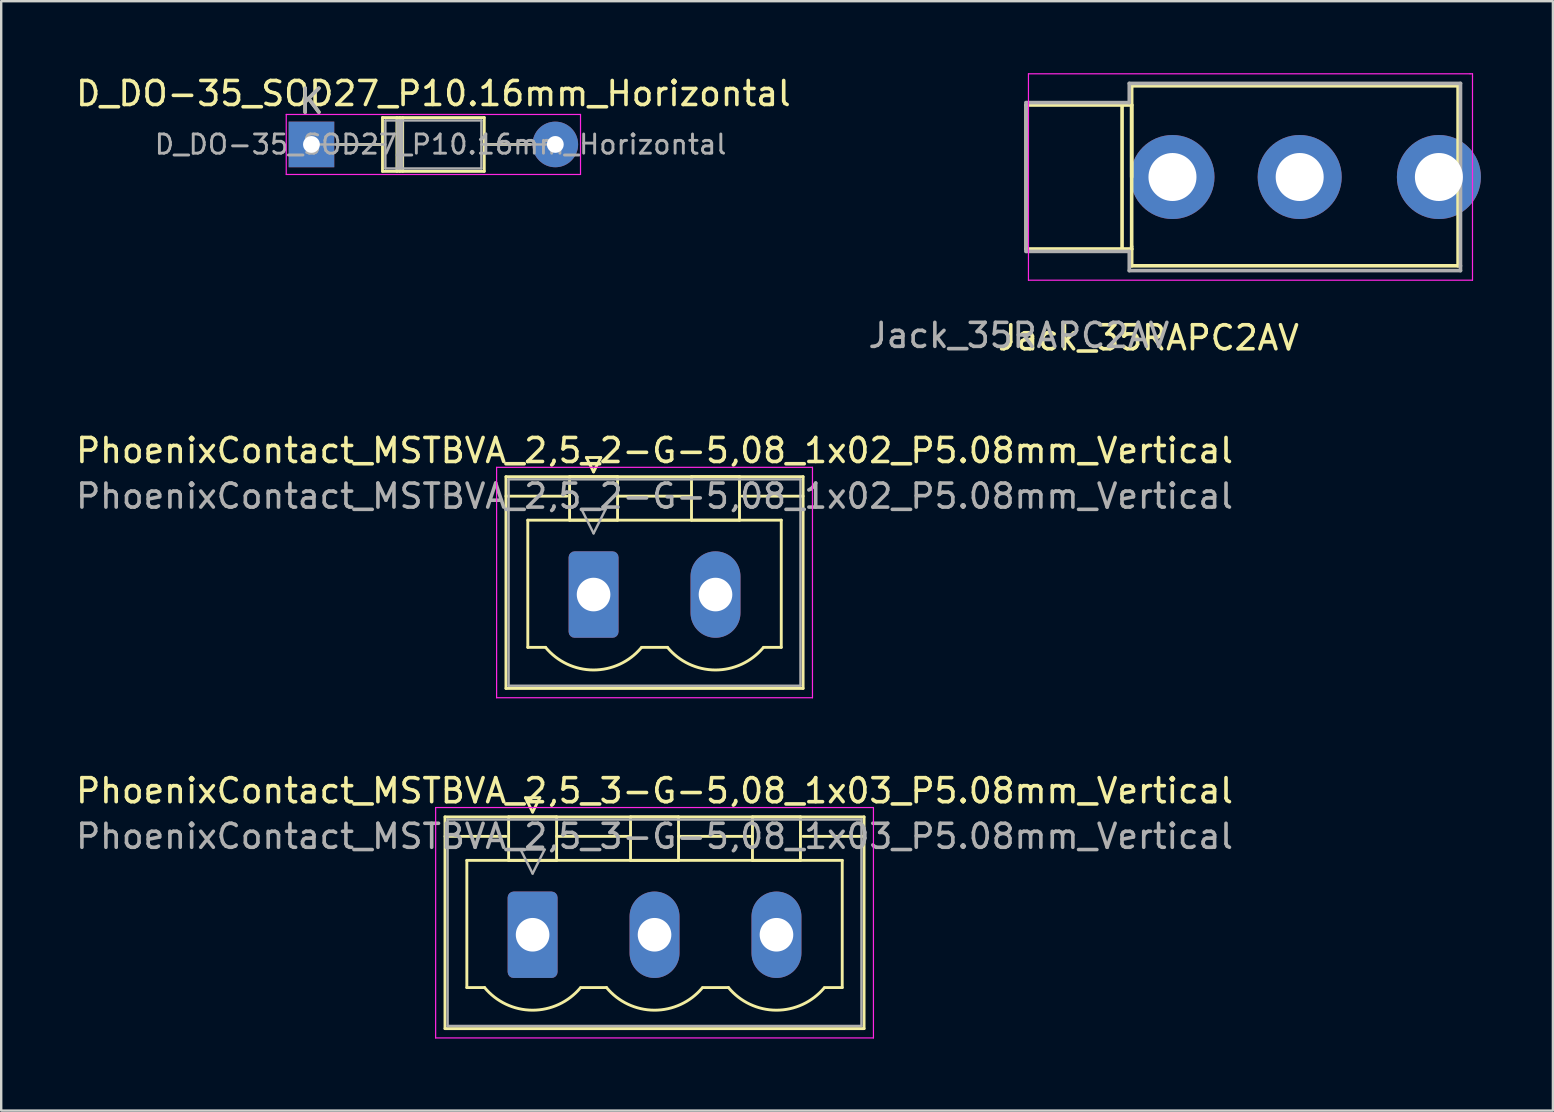
<source format=kicad_pcb>
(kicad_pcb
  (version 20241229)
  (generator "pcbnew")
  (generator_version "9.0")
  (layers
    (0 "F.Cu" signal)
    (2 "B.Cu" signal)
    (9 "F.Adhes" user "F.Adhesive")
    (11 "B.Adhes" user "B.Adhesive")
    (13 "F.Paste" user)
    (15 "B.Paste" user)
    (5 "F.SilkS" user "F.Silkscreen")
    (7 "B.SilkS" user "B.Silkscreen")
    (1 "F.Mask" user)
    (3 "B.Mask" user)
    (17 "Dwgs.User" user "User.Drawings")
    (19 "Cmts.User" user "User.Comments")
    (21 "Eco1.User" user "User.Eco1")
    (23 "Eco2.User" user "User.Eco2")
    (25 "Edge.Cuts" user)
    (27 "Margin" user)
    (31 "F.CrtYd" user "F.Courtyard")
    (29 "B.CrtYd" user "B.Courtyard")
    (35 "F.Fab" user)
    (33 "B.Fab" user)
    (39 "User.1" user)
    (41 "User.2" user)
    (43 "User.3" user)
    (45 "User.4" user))
  (footprint "PhoenixContact_MSTBVA_2,5_3-G-5,08_1x03_P5.08mm_Vertical"
    (layer "F.Cu")
    (at 19.14 35.895)
    (property "Reference" "PhoenixContact_MSTBVA_2,5_3-G-5,08_1x03_P5.08mm_Vertical" (at 5.08 -6 0) (layer "F.SilkS") (effects (font (size 1 1) (thickness 0.15))))
    (attr through_hole)
    (fp_line (start -3.65 -4.91) (end -3.65 3.91) (stroke (width 0.12) (type solid)) (layer "F.SilkS"))
    (fp_line (start -3.65 -4.1) (end -1.11 -4.1) (stroke (width 0.12) (type solid)) (layer "F.SilkS"))
    (fp_line (start -3.65 3.91) (end 13.81 3.91) (stroke (width 0.12) (type solid)) (layer "F.SilkS"))
    (fp_line (start -2.74 -3.1) (end 12.9 -3.1) (stroke (width 0.12) (type solid)) (layer "F.SilkS"))
    (fp_line (start -2.74 2.2) (end -2.74 -3.1) (stroke (width 0.12) (type solid)) (layer "F.SilkS"))
    (fp_line (start -2 2.2) (end -2.74 2.2) (stroke (width 0.12) (type solid)) (layer "F.SilkS"))
    (fp_line (start -1 -4.91) (end 1 -4.91) (stroke (width 0.12) (type solid)) (layer "F.SilkS"))
    (fp_line (start -1 -3.1) (end -1 -4.91) (stroke (width 0.12) (type solid)) (layer "F.SilkS"))
    (fp_line (start -0.3 -5.71) (end 0.3 -5.71) (stroke (width 0.12) (type solid)) (layer "F.SilkS"))
    (fp_line (start 0 -5.11) (end -0.3 -5.71) (stroke (width 0.12) (type solid)) (layer "F.SilkS"))
    (fp_line (start 0.3 -5.71) (end 0 -5.11) (stroke (width 0.12) (type solid)) (layer "F.SilkS"))
    (fp_line (start 1 -4.91) (end 1 -3.1) (stroke (width 0.12) (type solid)) (layer "F.SilkS"))
    (fp_line (start 1 -4.1) (end 4.08 -4.1) (stroke (width 0.12) (type solid)) (layer "F.SilkS"))
    (fp_line (start 1 -3.1) (end -1 -3.1) (stroke (width 0.12) (type solid)) (layer "F.SilkS"))
    (fp_line (start 2 2.2) (end 3.08 2.2) (stroke (width 0.12) (type solid)) (layer "F.SilkS"))
    (fp_line (start 4.08 -4.91) (end 6.08 -4.91) (stroke (width 0.12) (type solid)) (layer "F.SilkS"))
    (fp_line (start 4.08 -3.1) (end 4.08 -4.91) (stroke (width 0.12) (type solid)) (layer "F.SilkS"))
    (fp_line (start 6.08 -4.91) (end 6.08 -3.1) (stroke (width 0.12) (type solid)) (layer "F.SilkS"))
    (fp_line (start 6.08 -4.1) (end 9.16 -4.1) (stroke (width 0.12) (type solid)) (layer "F.SilkS"))
    (fp_line (start 6.08 -3.1) (end 4.08 -3.1) (stroke (width 0.12) (type solid)) (layer "F.SilkS"))
    (fp_line (start 7.08 2.2) (end 8.16 2.2) (stroke (width 0.12) (type solid)) (layer "F.SilkS"))
    (fp_line (start 9.16 -4.91) (end 11.16 -4.91) (stroke (width 0.12) (type solid)) (layer "F.SilkS"))
    (fp_line (start 9.16 -3.1) (end 9.16 -4.91) (stroke (width 0.12) (type solid)) (layer "F.SilkS"))
    (fp_line (start 11.16 -4.91) (end 11.16 -3.1) (stroke (width 0.12) (type solid)) (layer "F.SilkS"))
    (fp_line (start 11.16 -3.1) (end 9.16 -3.1) (stroke (width 0.12) (type solid)) (layer "F.SilkS"))
    (fp_line (start 12.9 -3.1) (end 12.9 2.2) (stroke (width 0.12) (type solid)) (layer "F.SilkS"))
    (fp_line (start 12.9 2.2) (end 12.16 2.2) (stroke (width 0.12) (type solid)) (layer "F.SilkS"))
    (fp_line (start 13.81 -4.91) (end -3.65 -4.91) (stroke (width 0.12) (type solid)) (layer "F.SilkS"))
    (fp_line (start 13.81 -4.1) (end 11.27 -4.1) (stroke (width 0.12) (type solid)) (layer "F.SilkS"))
    (fp_line (start 13.81 3.91) (end 13.81 -4.91) (stroke (width 0.12) (type solid)) (layer "F.SilkS"))
    (fp_arc (start 1.986842 2.215821) (mid -0.010289 3.142758) (end -2 2.2) (stroke (width 0.12) (type solid)) (layer "F.SilkS"))
    (fp_arc (start 7.066842 2.215821) (mid 5.069711 3.142758) (end 3.08 2.2) (stroke (width 0.12) (type solid)) (layer "F.SilkS"))
    (fp_arc (start 12.146842 2.215821) (mid 10.149711 3.142758) (end 8.16 2.2) (stroke (width 0.12) (type solid)) (layer "F.SilkS"))
    (fp_line (start -4.04 -5.3) (end -4.04 4.3) (stroke (width 0.05) (type solid)) (layer "F.CrtYd"))
    (fp_line (start -4.04 4.3) (end 14.2 4.3) (stroke (width 0.05) (type solid)) (layer "F.CrtYd"))
    (fp_line (start 14.2 -5.3) (end -4.04 -5.3) (stroke (width 0.05) (type solid)) (layer "F.CrtYd"))
    (fp_line (start 14.2 4.3) (end 14.2 -5.3) (stroke (width 0.05) (type solid)) (layer "F.CrtYd"))
    (fp_line (start -3.54 -4.8) (end -3.54 3.8) (stroke (width 0.1) (type solid)) (layer "F.Fab"))
    (fp_line (start -3.54 3.8) (end 13.7 3.8) (stroke (width 0.1) (type solid)) (layer "F.Fab"))
    (fp_line (start -0.5 -3.55) (end 0.5 -3.55) (stroke (width 0.1) (type solid)) (layer "F.Fab"))
    (fp_line (start 0 -2.55) (end -0.5 -3.55) (stroke (width 0.1) (type solid)) (layer "F.Fab"))
    (fp_line (start 0.5 -3.55) (end 0 -2.55) (stroke (width 0.1) (type solid)) (layer "F.Fab"))
    (fp_line (start 13.7 -4.8) (end -3.54 -4.8) (stroke (width 0.1) (type solid)) (layer "F.Fab"))
    (fp_line (start 13.7 3.8) (end 13.7 -4.8) (stroke (width 0.1) (type solid)) (layer "F.Fab"))
    (fp_text user "${REFERENCE}" (at 5.08 -4.1 0) (layer "F.Fab") (effects (font (size 1 1) (thickness 0.15))))
    (pad "1" thru_hole roundrect (at 0 0) (size 2.08 3.6) (drill 1.4) (layers "*.Cu" "*.Mask") (roundrect_rratio 0.12))
    (pad "2" thru_hole oval (at 5.08 0) (size 2.08 3.6) (drill 1.4) (layers "*.Cu" "*.Mask"))
    (pad "3" thru_hole oval (at 10.16 0) (size 2.08 3.6) (drill 1.4) (layers "*.Cu" "*.Mask")))
  (footprint "Jack_35RAPC2AV"
    (layer "F.Cu")
    (at 43.699 4.325)
    (property "Reference" "Jack_35RAPC2AV" (at 1.1 6.7 0) (layer "F.SilkS") (effects (font (size 1 1) (thickness 0.15))))
    (attr through_hole)
    (fp_line (start -4 -3) (end -4 3) (stroke (width 0.15) (type solid)) (layer "F.SilkS"))
    (fp_line (start -4 3) (end 0 3) (stroke (width 0.15) (type solid)) (layer "F.SilkS"))
    (fp_line (start 0 -3) (end -4 -3) (stroke (width 0.15) (type solid)) (layer "F.SilkS"))
    (fp_line (start 0 -3) (end 0 3) (stroke (width 0.15) (type solid)) (layer "F.SilkS"))
    (fp_line (start 0 -3) (end 0.4 -3) (stroke (width 0.15) (type solid)) (layer "F.SilkS"))
    (fp_line (start 0.4 -3.8) (end 14 -3.8) (stroke (width 0.15) (type solid)) (layer "F.SilkS"))
    (fp_line (start 0.4 -3) (end 0.4 2.9) (stroke (width 0.15) (type solid)) (layer "F.SilkS"))
    (fp_line (start 0.4 0) (end 0.4 -3.8) (stroke (width 0.15) (type solid)) (layer "F.SilkS"))
    (fp_line (start 0.4 2.9) (end 0.4 3) (stroke (width 0.15) (type solid)) (layer "F.SilkS"))
    (fp_line (start 0.4 3) (end 0 3) (stroke (width 0.15) (type solid)) (layer "F.SilkS"))
    (fp_line (start 0.4 3.7) (end 0.4 3) (stroke (width 0.15) (type solid)) (layer "F.SilkS"))
    (fp_line (start 14 -3.8) (end 14 3.7) (stroke (width 0.15) (type solid)) (layer "F.SilkS"))
    (fp_line (start 14 3.7) (end 0.4 3.7) (stroke (width 0.15) (type solid)) (layer "F.SilkS"))
    (fp_line (start -3.9 -4.3) (end 14.5 -4.3) (stroke (width 0.05) (type solid)) (layer "F.CrtYd"))
    (fp_line (start -3.9 4.3) (end -3.9 -4.3) (stroke (width 0.05) (type solid)) (layer "F.CrtYd"))
    (fp_line (start 14.5 -4.3) (end 14.6 -4.3) (stroke (width 0.05) (type solid)) (layer "F.CrtYd"))
    (fp_line (start 14.6 -4.3) (end 14.6 -4.2) (stroke (width 0.05) (type solid)) (layer "F.CrtYd"))
    (fp_line (start 14.6 -4.2) (end 14.6 4.3) (stroke (width 0.05) (type solid)) (layer "F.CrtYd"))
    (fp_line (start 14.6 4.3) (end -3.9 4.3) (stroke (width 0.05) (type solid)) (layer "F.CrtYd"))
    (fp_line (start -4 -3.1) (end 0.3 -3.1) (stroke (width 0.15) (type solid)) (layer "F.Fab"))
    (fp_line (start -4 3.1) (end -4 -3.1) (stroke (width 0.15) (type solid)) (layer "F.Fab"))
    (fp_line (start 0.3 -3.9) (end 14.1 -3.9) (stroke (width 0.15) (type solid)) (layer "F.Fab"))
    (fp_line (start 0.3 -3.1) (end 0.3 -3.9) (stroke (width 0.15) (type solid)) (layer "F.Fab"))
    (fp_line (start 0.3 3.1) (end -4 3.1) (stroke (width 0.15) (type solid)) (layer "F.Fab"))
    (fp_line (start 0.3 3.9) (end 0.3 3.1) (stroke (width 0.15) (type solid)) (layer "F.Fab"))
    (fp_line (start 14.1 -3.9) (end 14.1 3.7) (stroke (width 0.15) (type solid)) (layer "F.Fab"))
    (fp_line (start 14.1 3.7) (end 14.1 3.9) (stroke (width 0.15) (type solid)) (layer "F.Fab"))
    (fp_line (start 14.1 3.9) (end 0.3 3.9) (stroke (width 0.15) (type solid)) (layer "F.Fab"))
    (fp_text user "${REFERENCE}" (at -4.3 6.6 0) (layer "F.Fab") (effects (font (size 1 1) (thickness 0.15))))
    (pad "G" thru_hole circle (at 2.1 0) (size 3.5 3.5) (drill 2) (layers "*.Cu" "*.Mask"))
    (pad "T" thru_hole circle (at 7.4 0) (size 3.5 3.5) (drill 2) (layers "*.Cu" "*.Mask"))
    (pad "TN" thru_hole circle (at 13.2 0) (size 3.5 3.5) (drill 2) (layers "*.Cu" "*.Mask")))
  (footprint "PhoenixContact_MSTBVA_2,5_2-G-5,08_1x02_P5.08mm_Vertical"
    (layer "F.Cu")
    (at 21.68 21.721)
    (property "Reference" "PhoenixContact_MSTBVA_2,5_2-G-5,08_1x02_P5.08mm_Vertical" (at 2.54 -6 0) (layer "F.SilkS") (effects (font (size 1 1) (thickness 0.15))))
    (attr through_hole)
    (fp_line (start -3.65 -4.91) (end -3.65 3.91) (stroke (width 0.12) (type solid)) (layer "F.SilkS"))
    (fp_line (start -3.65 -4.1) (end -1.11 -4.1) (stroke (width 0.12) (type solid)) (layer "F.SilkS"))
    (fp_line (start -3.65 3.91) (end 8.73 3.91) (stroke (width 0.12) (type solid)) (layer "F.SilkS"))
    (fp_line (start -2.74 -3.1) (end 7.82 -3.1) (stroke (width 0.12) (type solid)) (layer "F.SilkS"))
    (fp_line (start -2.74 2.2) (end -2.74 -3.1) (stroke (width 0.12) (type solid)) (layer "F.SilkS"))
    (fp_line (start -2 2.2) (end -2.74 2.2) (stroke (width 0.12) (type solid)) (layer "F.SilkS"))
    (fp_line (start -1 -4.91) (end 1 -4.91) (stroke (width 0.12) (type solid)) (layer "F.SilkS"))
    (fp_line (start -1 -3.1) (end -1 -4.91) (stroke (width 0.12) (type solid)) (layer "F.SilkS"))
    (fp_line (start -0.3 -5.71) (end 0.3 -5.71) (stroke (width 0.12) (type solid)) (layer "F.SilkS"))
    (fp_line (start 0 -5.11) (end -0.3 -5.71) (stroke (width 0.12) (type solid)) (layer "F.SilkS"))
    (fp_line (start 0.3 -5.71) (end 0 -5.11) (stroke (width 0.12) (type solid)) (layer "F.SilkS"))
    (fp_line (start 1 -4.91) (end 1 -3.1) (stroke (width 0.12) (type solid)) (layer "F.SilkS"))
    (fp_line (start 1 -4.1) (end 4.08 -4.1) (stroke (width 0.12) (type solid)) (layer "F.SilkS"))
    (fp_line (start 1 -3.1) (end -1 -3.1) (stroke (width 0.12) (type solid)) (layer "F.SilkS"))
    (fp_line (start 2 2.2) (end 3.08 2.2) (stroke (width 0.12) (type solid)) (layer "F.SilkS"))
    (fp_line (start 4.08 -4.91) (end 6.08 -4.91) (stroke (width 0.12) (type solid)) (layer "F.SilkS"))
    (fp_line (start 4.08 -3.1) (end 4.08 -4.91) (stroke (width 0.12) (type solid)) (layer "F.SilkS"))
    (fp_line (start 6.08 -4.91) (end 6.08 -3.1) (stroke (width 0.12) (type solid)) (layer "F.SilkS"))
    (fp_line (start 6.08 -3.1) (end 4.08 -3.1) (stroke (width 0.12) (type solid)) (layer "F.SilkS"))
    (fp_line (start 7.82 -3.1) (end 7.82 2.2) (stroke (width 0.12) (type solid)) (layer "F.SilkS"))
    (fp_line (start 7.82 2.2) (end 7.08 2.2) (stroke (width 0.12) (type solid)) (layer "F.SilkS"))
    (fp_line (start 8.73 -4.91) (end -3.65 -4.91) (stroke (width 0.12) (type solid)) (layer "F.SilkS"))
    (fp_line (start 8.73 -4.1) (end 6.19 -4.1) (stroke (width 0.12) (type solid)) (layer "F.SilkS"))
    (fp_line (start 8.73 3.91) (end 8.73 -4.91) (stroke (width 0.12) (type solid)) (layer "F.SilkS"))
    (fp_arc (start 1.986842 2.215821) (mid -0.010289 3.142758) (end -2 2.2) (stroke (width 0.12) (type solid)) (layer "F.SilkS"))
    (fp_arc (start 7.066842 2.215821) (mid 5.069711 3.142758) (end 3.08 2.2) (stroke (width 0.12) (type solid)) (layer "F.SilkS"))
    (fp_line (start -4.04 -5.3) (end -4.04 4.3) (stroke (width 0.05) (type solid)) (layer "F.CrtYd"))
    (fp_line (start -4.04 4.3) (end 9.12 4.3) (stroke (width 0.05) (type solid)) (layer "F.CrtYd"))
    (fp_line (start 9.12 -5.3) (end -4.04 -5.3) (stroke (width 0.05) (type solid)) (layer "F.CrtYd"))
    (fp_line (start 9.12 4.3) (end 9.12 -5.3) (stroke (width 0.05) (type solid)) (layer "F.CrtYd"))
    (fp_line (start -3.54 -4.8) (end -3.54 3.8) (stroke (width 0.1) (type solid)) (layer "F.Fab"))
    (fp_line (start -3.54 3.8) (end 8.62 3.8) (stroke (width 0.1) (type solid)) (layer "F.Fab"))
    (fp_line (start -0.5 -3.55) (end 0.5 -3.55) (stroke (width 0.1) (type solid)) (layer "F.Fab"))
    (fp_line (start 0 -2.55) (end -0.5 -3.55) (stroke (width 0.1) (type solid)) (layer "F.Fab"))
    (fp_line (start 0.5 -3.55) (end 0 -2.55) (stroke (width 0.1) (type solid)) (layer "F.Fab"))
    (fp_line (start 8.62 -4.8) (end -3.54 -4.8) (stroke (width 0.1) (type solid)) (layer "F.Fab"))
    (fp_line (start 8.62 3.8) (end 8.62 -4.8) (stroke (width 0.1) (type solid)) (layer "F.Fab"))
    (fp_text user "${REFERENCE}" (at 2.54 -4.1 0) (layer "F.Fab") (effects (font (size 1 1) (thickness 0.15))))
    (pad "1" thru_hole roundrect (at 0 0) (size 2.08 3.6) (drill 1.4) (layers "*.Cu" "*.Mask") (roundrect_rratio 0.12))
    (pad "2" thru_hole oval (at 5.08 0) (size 2.08 3.6) (drill 1.4) (layers "*.Cu" "*.Mask")))
  (footprint "D_DO-35_SOD27_P10.16mm_Horizontal"
    (layer "F.Cu")
    (at 9.926 2.968)
    (property "Reference" "D_DO-35_SOD27_P10.16mm_Horizontal" (at 5.08 -2.12 0) (layer "F.SilkS") (effects (font (size 1 1) (thickness 0.15))))
    (attr through_hole)
    (fp_line (start 1.04 0) (end 2.96 0) (stroke (width 0.12) (type solid)) (layer "F.SilkS"))
    (fp_line (start 2.96 -1.12) (end 2.96 1.12) (stroke (width 0.12) (type solid)) (layer "F.SilkS"))
    (fp_line (start 2.96 1.12) (end 7.2 1.12) (stroke (width 0.12) (type solid)) (layer "F.SilkS"))
    (fp_line (start 3.56 -1.12) (end 3.56 1.12) (stroke (width 0.12) (type solid)) (layer "F.SilkS"))
    (fp_line (start 3.68 -1.12) (end 3.68 1.12) (stroke (width 0.12) (type solid)) (layer "F.SilkS"))
    (fp_line (start 3.8 -1.12) (end 3.8 1.12) (stroke (width 0.12) (type solid)) (layer "F.SilkS"))
    (fp_line (start 7.2 -1.12) (end 2.96 -1.12) (stroke (width 0.12) (type solid)) (layer "F.SilkS"))
    (fp_line (start 7.2 1.12) (end 7.2 -1.12) (stroke (width 0.12) (type solid)) (layer "F.SilkS"))
    (fp_line (start 9.12 0) (end 7.2 0) (stroke (width 0.12) (type solid)) (layer "F.SilkS"))
    (fp_line (start -1.05 -1.25) (end -1.05 1.25) (stroke (width 0.05) (type solid)) (layer "F.CrtYd"))
    (fp_line (start -1.05 1.25) (end 11.21 1.25) (stroke (width 0.05) (type solid)) (layer "F.CrtYd"))
    (fp_line (start 11.21 -1.25) (end -1.05 -1.25) (stroke (width 0.05) (type solid)) (layer "F.CrtYd"))
    (fp_line (start 11.21 1.25) (end 11.21 -1.25) (stroke (width 0.05) (type solid)) (layer "F.CrtYd"))
    (fp_line (start 0 0) (end 3.08 0) (stroke (width 0.1) (type solid)) (layer "F.Fab"))
    (fp_line (start 3.08 -1) (end 3.08 1) (stroke (width 0.1) (type solid)) (layer "F.Fab"))
    (fp_line (start 3.08 1) (end 7.08 1) (stroke (width 0.1) (type solid)) (layer "F.Fab"))
    (fp_line (start 3.58 -1) (end 3.58 1) (stroke (width 0.1) (type solid)) (layer "F.Fab"))
    (fp_line (start 3.68 -1) (end 3.68 1) (stroke (width 0.1) (type solid)) (layer "F.Fab"))
    (fp_line (start 3.78 -1) (end 3.78 1) (stroke (width 0.1) (type solid)) (layer "F.Fab"))
    (fp_line (start 7.08 -1) (end 3.08 -1) (stroke (width 0.1) (type solid)) (layer "F.Fab"))
    (fp_line (start 7.08 1) (end 7.08 -1) (stroke (width 0.1) (type solid)) (layer "F.Fab"))
    (fp_line (start 10.16 0) (end 7.08 0) (stroke (width 0.1) (type solid)) (layer "F.Fab"))
    (fp_text user "K" (at 0 -1.8 0) (layer "F.SilkS") (effects (font (size 1 1) (thickness 0.15))))
    (fp_text user "${REFERENCE}" (at 5.38 0 0) (layer "F.Fab") (effects (font (size 0.8 0.8) (thickness 0.12))))
    (fp_text user "K" (at 0 -1.8 0) (layer "F.Fab") (effects (font (size 1 1) (thickness 0.15))))
    (pad "1" thru_hole rect (at 0 0) (size 1.9 1.9) (drill 0.7) (layers "*.Cu" "*.Mask"))
    (pad "2" thru_hole oval (at 10.16 0) (size 1.9 1.9) (drill 0.7) (layers "*.Cu" "*.Mask")))
  (gr_rect
    (start -3 -3)
    (end 61.649 43.22)
    (stroke (width 0.1) (type default))
    (fill no)
    (layer "Edge.Cuts")))
</source>
